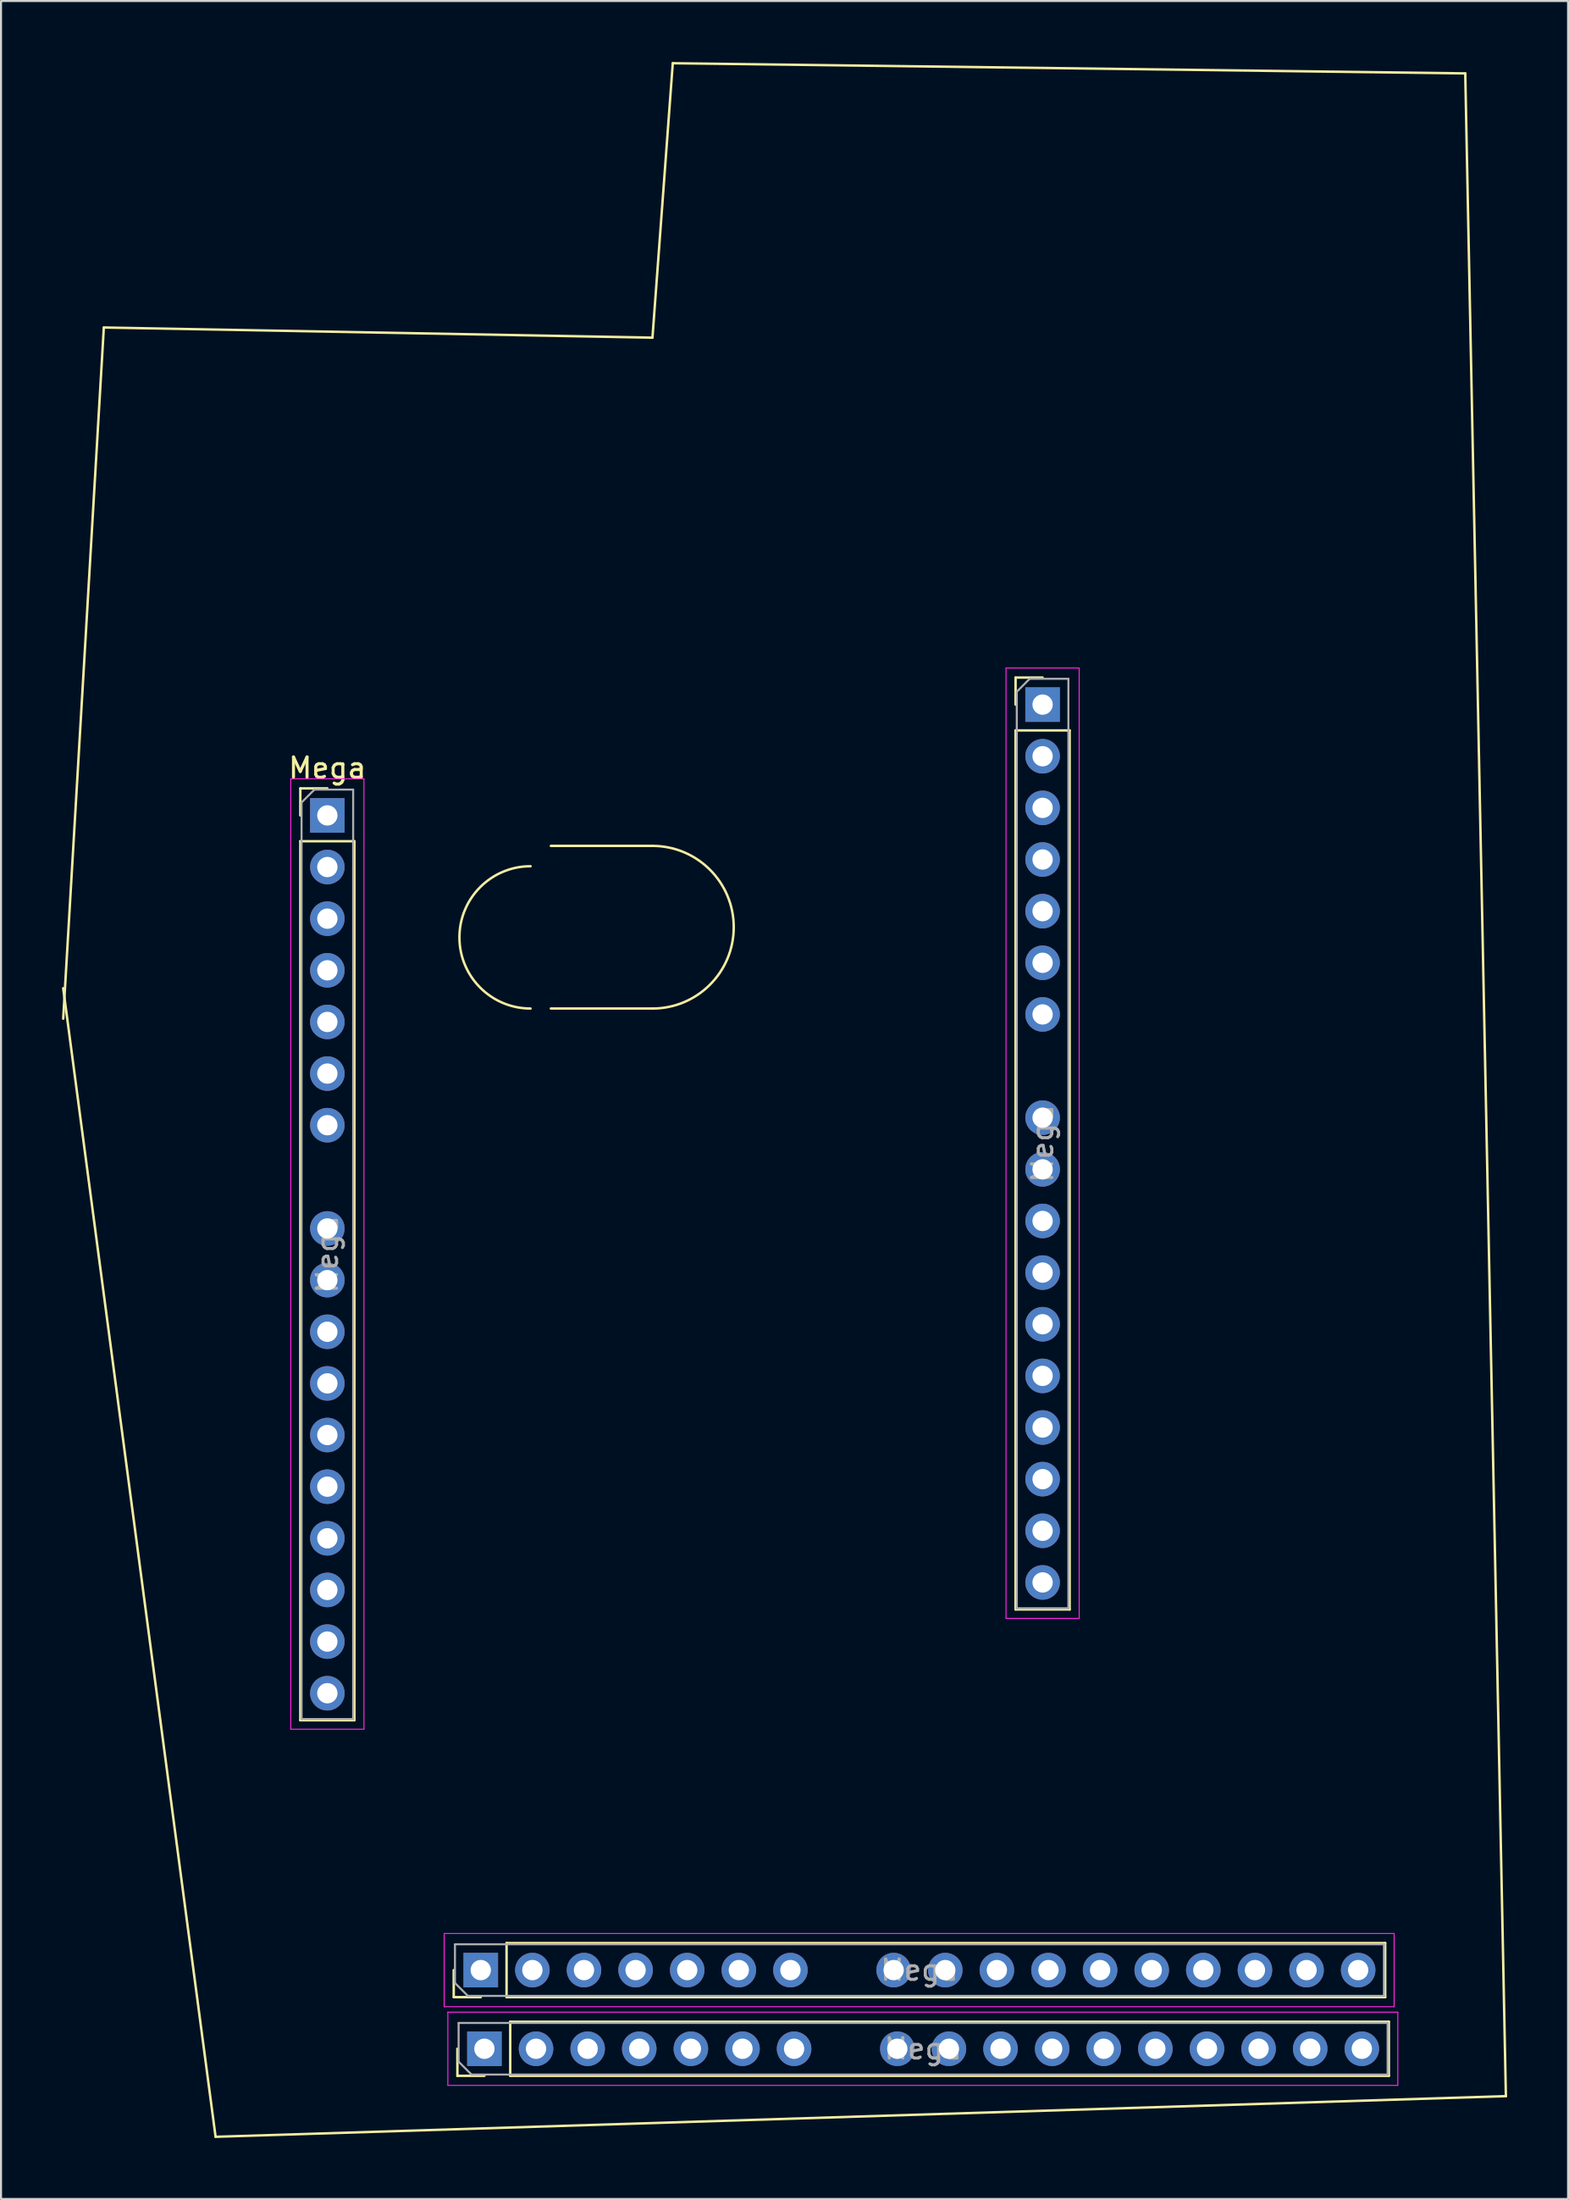
<source format=kicad_pcb>
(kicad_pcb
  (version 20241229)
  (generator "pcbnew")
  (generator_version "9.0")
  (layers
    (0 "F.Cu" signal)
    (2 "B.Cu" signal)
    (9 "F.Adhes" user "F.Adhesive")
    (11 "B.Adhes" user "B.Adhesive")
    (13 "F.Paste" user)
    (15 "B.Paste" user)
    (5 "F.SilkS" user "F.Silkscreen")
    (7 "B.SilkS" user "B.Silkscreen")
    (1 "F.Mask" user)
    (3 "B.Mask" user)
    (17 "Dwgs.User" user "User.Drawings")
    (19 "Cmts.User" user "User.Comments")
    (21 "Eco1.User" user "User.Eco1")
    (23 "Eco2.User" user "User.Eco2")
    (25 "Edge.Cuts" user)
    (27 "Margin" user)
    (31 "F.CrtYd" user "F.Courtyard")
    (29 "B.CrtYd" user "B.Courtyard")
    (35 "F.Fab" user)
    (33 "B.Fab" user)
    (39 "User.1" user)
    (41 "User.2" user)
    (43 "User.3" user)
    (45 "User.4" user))
  (footprint "Mega"
    (layer "F.Cu")
    (at 13.06 37.06)
    (property "Reference" "Mega" (at 0 -2.33 0) (layer "F.SilkS") (effects (font (size 1 1) (thickness 0.15))))
    (attr through_hole)
    (fp_line (start -13 10) (end -11 -24) (stroke (width 0.12) (type solid)) (layer "F.SilkS"))
    (fp_line (start -11 -24) (end 16 -23.5) (stroke (width 0.12) (type solid)) (layer "F.SilkS"))
    (fp_line (start -5.5 65) (end -13 8.5) (stroke (width 0.12) (type solid)) (layer "F.SilkS"))
    (fp_line (start -1.33 -1.33) (end 0 -1.33) (stroke (width 0.12) (type solid)) (layer "F.SilkS"))
    (fp_line (start -1.33 0) (end -1.33 -1.33) (stroke (width 0.12) (type solid)) (layer "F.SilkS"))
    (fp_line (start -1.33 1.27) (end -1.33 44.51) (stroke (width 0.12) (type solid)) (layer "F.SilkS"))
    (fp_line (start -1.33 1.27) (end 1.33 1.27) (stroke (width 0.12) (type solid)) (layer "F.SilkS"))
    (fp_line (start -1.33 44.51) (end 1.33 44.51) (stroke (width 0.12) (type solid)) (layer "F.SilkS"))
    (fp_line (start 1.33 1.27) (end 1.33 44.51) (stroke (width 0.12) (type solid)) (layer "F.SilkS"))
    (fp_line (start 6.22 58.13) (end 6.22 56.8) (stroke (width 0.12) (type solid)) (layer "F.SilkS"))
    (fp_line (start 6.4 62) (end 6.4 60.67) (stroke (width 0.12) (type solid)) (layer "F.SilkS"))
    (fp_line (start 7.55 58.13) (end 6.22 58.13) (stroke (width 0.12) (type solid)) (layer "F.SilkS"))
    (fp_line (start 7.73 62) (end 6.4 62) (stroke (width 0.12) (type solid)) (layer "F.SilkS"))
    (fp_line (start 8.82 55.47) (end 52.06 55.47) (stroke (width 0.12) (type solid)) (layer "F.SilkS"))
    (fp_line (start 8.82 58.13) (end 8.82 55.47) (stroke (width 0.12) (type solid)) (layer "F.SilkS"))
    (fp_line (start 8.82 58.13) (end 52.06 58.13) (stroke (width 0.12) (type solid)) (layer "F.SilkS"))
    (fp_line (start 9 59.34) (end 52.24 59.34) (stroke (width 0.12) (type solid)) (layer "F.SilkS"))
    (fp_line (start 9 62) (end 9 59.34) (stroke (width 0.12) (type solid)) (layer "F.SilkS"))
    (fp_line (start 9 62) (end 52.24 62) (stroke (width 0.12) (type solid)) (layer "F.SilkS"))
    (fp_line (start 16 -23.5) (end 17 -37) (stroke (width 0.12) (type solid)) (layer "F.SilkS"))
    (fp_line (start 16 1.5) (end 11 1.5) (stroke (width 0.12) (type solid)) (layer "F.SilkS"))
    (fp_line (start 16 9.5) (end 11 9.5) (stroke (width 0.12) (type solid)) (layer "F.SilkS"))
    (fp_line (start 17 -37) (end 56 -36.5) (stroke (width 0.12) (type solid)) (layer "F.SilkS"))
    (fp_line (start 33.87 -6.78) (end 35.2 -6.78) (stroke (width 0.12) (type solid)) (layer "F.SilkS"))
    (fp_line (start 33.87 -5.45) (end 33.87 -6.78) (stroke (width 0.12) (type solid)) (layer "F.SilkS"))
    (fp_line (start 33.87 -4.18) (end 33.87 39.06) (stroke (width 0.12) (type solid)) (layer "F.SilkS"))
    (fp_line (start 33.87 -4.18) (end 36.53 -4.18) (stroke (width 0.12) (type solid)) (layer "F.SilkS"))
    (fp_line (start 33.87 39.06) (end 36.53 39.06) (stroke (width 0.12) (type solid)) (layer "F.SilkS"))
    (fp_line (start 36.53 -4.18) (end 36.53 39.06) (stroke (width 0.12) (type solid)) (layer "F.SilkS"))
    (fp_line (start 52.06 58.13) (end 52.06 55.47) (stroke (width 0.12) (type solid)) (layer "F.SilkS"))
    (fp_line (start 52.24 62) (end 52.24 59.34) (stroke (width 0.12) (type solid)) (layer "F.SilkS"))
    (fp_line (start 56 -36.5) (end 58 63) (stroke (width 0.12) (type solid)) (layer "F.SilkS"))
    (fp_line (start 58 63) (end -5.5 65) (stroke (width 0.12) (type solid)) (layer "F.SilkS"))
    (fp_arc (start 10 9.5) (mid 6.5 6) (end 10 2.5) (stroke (width 0.12) (type solid)) (layer "F.SilkS"))
    (fp_arc (start 16 1.5) (mid 20 5.5) (end 16 9.5) (stroke (width 0.12) (type solid)) (layer "F.SilkS"))
    (fp_line (start -1.8 -1.8) (end -1.8 44.95) (stroke (width 0.05) (type solid)) (layer "F.CrtYd"))
    (fp_line (start -1.8 44.95) (end 1.8 44.95) (stroke (width 0.05) (type solid)) (layer "F.CrtYd"))
    (fp_line (start 1.8 -1.8) (end -1.8 -1.8) (stroke (width 0.05) (type solid)) (layer "F.CrtYd"))
    (fp_line (start 1.8 44.95) (end 1.8 -1.8) (stroke (width 0.05) (type solid)) (layer "F.CrtYd"))
    (fp_line (start 5.75 55) (end 5.75 58.6) (stroke (width 0.05) (type solid)) (layer "F.CrtYd"))
    (fp_line (start 5.75 58.6) (end 52.5 58.6) (stroke (width 0.05) (type solid)) (layer "F.CrtYd"))
    (fp_line (start 5.93 58.87) (end 5.93 62.47) (stroke (width 0.05) (type solid)) (layer "F.CrtYd"))
    (fp_line (start 5.93 62.47) (end 52.68 62.47) (stroke (width 0.05) (type solid)) (layer "F.CrtYd"))
    (fp_line (start 33.4 -7.25) (end 33.4 39.5) (stroke (width 0.05) (type solid)) (layer "F.CrtYd"))
    (fp_line (start 33.4 39.5) (end 37 39.5) (stroke (width 0.05) (type solid)) (layer "F.CrtYd"))
    (fp_line (start 37 -7.25) (end 33.4 -7.25) (stroke (width 0.05) (type solid)) (layer "F.CrtYd"))
    (fp_line (start 37 39.5) (end 37 -7.25) (stroke (width 0.05) (type solid)) (layer "F.CrtYd"))
    (fp_line (start 52.5 55) (end 5.75 55) (stroke (width 0.05) (type solid)) (layer "F.CrtYd"))
    (fp_line (start 52.5 58.6) (end 52.5 55) (stroke (width 0.05) (type solid)) (layer "F.CrtYd"))
    (fp_line (start 52.68 58.87) (end 5.93 58.87) (stroke (width 0.05) (type solid)) (layer "F.CrtYd"))
    (fp_line (start 52.68 62.47) (end 52.68 58.87) (stroke (width 0.05) (type solid)) (layer "F.CrtYd"))
    (fp_line (start -1.27 -0.635) (end -0.635 -1.27) (stroke (width 0.1) (type solid)) (layer "F.Fab"))
    (fp_line (start -1.27 44.45) (end -1.27 -0.635) (stroke (width 0.1) (type solid)) (layer "F.Fab"))
    (fp_line (start -0.635 -1.27) (end 1.27 -1.27) (stroke (width 0.1) (type solid)) (layer "F.Fab"))
    (fp_line (start 1.27 -1.27) (end 1.27 44.45) (stroke (width 0.1) (type solid)) (layer "F.Fab"))
    (fp_line (start 1.27 44.45) (end -1.27 44.45) (stroke (width 0.1) (type solid)) (layer "F.Fab"))
    (fp_line (start 6.28 55.53) (end 52 55.53) (stroke (width 0.1) (type solid)) (layer "F.Fab"))
    (fp_line (start 6.28 57.435) (end 6.28 55.53) (stroke (width 0.1) (type solid)) (layer "F.Fab"))
    (fp_line (start 6.46 59.4) (end 52.18 59.4) (stroke (width 0.1) (type solid)) (layer "F.Fab"))
    (fp_line (start 6.46 61.305) (end 6.46 59.4) (stroke (width 0.1) (type solid)) (layer "F.Fab"))
    (fp_line (start 6.915 58.07) (end 6.28 57.435) (stroke (width 0.1) (type solid)) (layer "F.Fab"))
    (fp_line (start 7.095 61.94) (end 6.46 61.305) (stroke (width 0.1) (type solid)) (layer "F.Fab"))
    (fp_line (start 33.93 -6.085) (end 34.565 -6.72) (stroke (width 0.1) (type solid)) (layer "F.Fab"))
    (fp_line (start 33.93 39) (end 33.93 -6.085) (stroke (width 0.1) (type solid)) (layer "F.Fab"))
    (fp_line (start 34.565 -6.72) (end 36.47 -6.72) (stroke (width 0.1) (type solid)) (layer "F.Fab"))
    (fp_line (start 36.47 -6.72) (end 36.47 39) (stroke (width 0.1) (type solid)) (layer "F.Fab"))
    (fp_line (start 36.47 39) (end 33.93 39) (stroke (width 0.1) (type solid)) (layer "F.Fab"))
    (fp_line (start 52 55.53) (end 52 58.07) (stroke (width 0.1) (type solid)) (layer "F.Fab"))
    (fp_line (start 52 58.07) (end 6.915 58.07) (stroke (width 0.1) (type solid)) (layer "F.Fab"))
    (fp_line (start 52.18 59.4) (end 52.18 61.94) (stroke (width 0.1) (type solid)) (layer "F.Fab"))
    (fp_line (start 52.18 61.94) (end 7.095 61.94) (stroke (width 0.1) (type solid)) (layer "F.Fab"))
    (fp_text user "${REFERENCE}" (at 0 21.59 90) (layer "F.Fab") (effects (font (size 1 1) (thickness 0.15))))
    (fp_text user "${REFERENCE}" (at 29.32 60.67 180) (layer "F.Fab") (effects (font (size 1 1) (thickness 0.15))))
    (fp_text user "${REFERENCE}" (at 29.14 56.8 180) (layer "F.Fab") (effects (font (size 1 1) (thickness 0.15))))
    (fp_text user "${REFERENCE}" (at 35.2 16.14 90) (layer "F.Fab") (effects (font (size 1 1) (thickness 0.15))))
    (pad "1" thru_hole rect (at 0 0) (size 1.7 1.7) (drill 1) (layers "*.Cu" "*.Mask"))
    (pad "1" thru_hole rect (at 7.55 56.8 90) (size 1.7 1.7) (drill 1) (layers "*.Cu" "*.Mask"))
    (pad "1" thru_hole rect (at 7.73 60.67 90) (size 1.7 1.7) (drill 1) (layers "*.Cu" "*.Mask"))
    (pad "1" thru_hole rect (at 35.2 -5.45) (size 1.7 1.7) (drill 1) (layers "*.Cu" "*.Mask"))
    (pad "2" thru_hole oval (at 0 2.54) (size 1.7 1.7) (drill 1) (layers "*.Cu" "*.Mask"))
    (pad "2" thru_hole oval (at 10.09 56.8 90) (size 1.7 1.7) (drill 1) (layers "*.Cu" "*.Mask"))
    (pad "2" thru_hole oval (at 10.27 60.67 90) (size 1.7 1.7) (drill 1) (layers "*.Cu" "*.Mask"))
    (pad "2" thru_hole oval (at 35.2 -2.91) (size 1.7 1.7) (drill 1) (layers "*.Cu" "*.Mask"))
    (pad "3" thru_hole oval (at 0 5.08) (size 1.7 1.7) (drill 1) (layers "*.Cu" "*.Mask"))
    (pad "3" thru_hole oval (at 12.63 56.8 90) (size 1.7 1.7) (drill 1) (layers "*.Cu" "*.Mask"))
    (pad "3" thru_hole oval (at 12.81 60.67 90) (size 1.7 1.7) (drill 1) (layers "*.Cu" "*.Mask"))
    (pad "3" thru_hole oval (at 35.2 -0.37) (size 1.7 1.7) (drill 1) (layers "*.Cu" "*.Mask"))
    (pad "4" thru_hole oval (at 0 7.62) (size 1.7 1.7) (drill 1) (layers "*.Cu" "*.Mask"))
    (pad "4" thru_hole oval (at 15.17 56.8 90) (size 1.7 1.7) (drill 1) (layers "*.Cu" "*.Mask"))
    (pad "4" thru_hole oval (at 15.35 60.67 90) (size 1.7 1.7) (drill 1) (layers "*.Cu" "*.Mask"))
    (pad "4" thru_hole oval (at 35.2 2.17) (size 1.7 1.7) (drill 1) (layers "*.Cu" "*.Mask"))
    (pad "5" thru_hole oval (at 0 10.16) (size 1.7 1.7) (drill 1) (layers "*.Cu" "*.Mask"))
    (pad "5" thru_hole oval (at 17.71 56.8 90) (size 1.7 1.7) (drill 1) (layers "*.Cu" "*.Mask"))
    (pad "5" thru_hole oval (at 17.89 60.67 90) (size 1.7 1.7) (drill 1) (layers "*.Cu" "*.Mask"))
    (pad "5" thru_hole oval (at 35.2 4.71) (size 1.7 1.7) (drill 1) (layers "*.Cu" "*.Mask"))
    (pad "6" thru_hole oval (at 0 12.7) (size 1.7 1.7) (drill 1) (layers "*.Cu" "*.Mask"))
    (pad "6" thru_hole oval (at 20.25 56.8 90) (size 1.7 1.7) (drill 1) (layers "*.Cu" "*.Mask"))
    (pad "6" thru_hole oval (at 20.43 60.67 90) (size 1.7 1.7) (drill 1) (layers "*.Cu" "*.Mask"))
    (pad "6" thru_hole oval (at 35.2 7.25) (size 1.7 1.7) (drill 1) (layers "*.Cu" "*.Mask"))
    (pad "7" thru_hole oval (at 0 15.24) (size 1.7 1.7) (drill 1) (layers "*.Cu" "*.Mask"))
    (pad "7" thru_hole oval (at 22.79 56.8 90) (size 1.7 1.7) (drill 1) (layers "*.Cu" "*.Mask"))
    (pad "7" thru_hole oval (at 22.97 60.67 90) (size 1.7 1.7) (drill 1) (layers "*.Cu" "*.Mask"))
    (pad "7" thru_hole oval (at 35.2 9.79) (size 1.7 1.7) (drill 1) (layers "*.Cu" "*.Mask"))
    (pad "9" thru_hole oval (at 0 20.32) (size 1.7 1.7) (drill 1) (layers "*.Cu" "*.Mask"))
    (pad "9" thru_hole oval (at 27.87 56.8 90) (size 1.7 1.7) (drill 1) (layers "*.Cu" "*.Mask"))
    (pad "9" thru_hole oval (at 28.05 60.67 90) (size 1.7 1.7) (drill 1) (layers "*.Cu" "*.Mask"))
    (pad "9" thru_hole oval (at 35.2 14.87) (size 1.7 1.7) (drill 1) (layers "*.Cu" "*.Mask"))
    (pad "10" thru_hole oval (at 0 22.86) (size 1.7 1.7) (drill 1) (layers "*.Cu" "*.Mask"))
    (pad "10" thru_hole oval (at 30.41 56.8 90) (size 1.7 1.7) (drill 1) (layers "*.Cu" "*.Mask"))
    (pad "10" thru_hole oval (at 30.59 60.67 90) (size 1.7 1.7) (drill 1) (layers "*.Cu" "*.Mask"))
    (pad "10" thru_hole oval (at 35.2 17.41) (size 1.7 1.7) (drill 1) (layers "*.Cu" "*.Mask"))
    (pad "11" thru_hole oval (at 0 25.4) (size 1.7 1.7) (drill 1) (layers "*.Cu" "*.Mask"))
    (pad "11" thru_hole oval (at 32.95 56.8 90) (size 1.7 1.7) (drill 1) (layers "*.Cu" "*.Mask"))
    (pad "11" thru_hole oval (at 33.13 60.67 90) (size 1.7 1.7) (drill 1) (layers "*.Cu" "*.Mask"))
    (pad "11" thru_hole oval (at 35.2 19.95) (size 1.7 1.7) (drill 1) (layers "*.Cu" "*.Mask"))
    (pad "12" thru_hole oval (at 0 27.94) (size 1.7 1.7) (drill 1) (layers "*.Cu" "*.Mask"))
    (pad "12" thru_hole oval (at 35.2 22.49) (size 1.7 1.7) (drill 1) (layers "*.Cu" "*.Mask"))
    (pad "12" thru_hole oval (at 35.49 56.8 90) (size 1.7 1.7) (drill 1) (layers "*.Cu" "*.Mask"))
    (pad "12" thru_hole oval (at 35.67 60.67 90) (size 1.7 1.7) (drill 1) (layers "*.Cu" "*.Mask"))
    (pad "13" thru_hole oval (at 0 30.48) (size 1.7 1.7) (drill 1) (layers "*.Cu" "*.Mask"))
    (pad "13" thru_hole oval (at 35.2 25.03) (size 1.7 1.7) (drill 1) (layers "*.Cu" "*.Mask"))
    (pad "13" thru_hole oval (at 38.03 56.8 90) (size 1.7 1.7) (drill 1) (layers "*.Cu" "*.Mask"))
    (pad "13" thru_hole oval (at 38.21 60.67 90) (size 1.7 1.7) (drill 1) (layers "*.Cu" "*.Mask"))
    (pad "14" thru_hole oval (at 0 33.02) (size 1.7 1.7) (drill 1) (layers "*.Cu" "*.Mask"))
    (pad "14" thru_hole oval (at 35.2 27.57) (size 1.7 1.7) (drill 1) (layers "*.Cu" "*.Mask"))
    (pad "14" thru_hole oval (at 40.57 56.8 90) (size 1.7 1.7) (drill 1) (layers "*.Cu" "*.Mask"))
    (pad "14" thru_hole oval (at 40.75 60.67 90) (size 1.7 1.7) (drill 1) (layers "*.Cu" "*.Mask"))
    (pad "15" thru_hole oval (at 0 35.56) (size 1.7 1.7) (drill 1) (layers "*.Cu" "*.Mask"))
    (pad "15" thru_hole oval (at 35.2 30.11) (size 1.7 1.7) (drill 1) (layers "*.Cu" "*.Mask"))
    (pad "15" thru_hole oval (at 43.11 56.8 90) (size 1.7 1.7) (drill 1) (layers "*.Cu" "*.Mask"))
    (pad "15" thru_hole oval (at 43.29 60.67 90) (size 1.7 1.7) (drill 1) (layers "*.Cu" "*.Mask"))
    (pad "16" thru_hole oval (at 0 38.1) (size 1.7 1.7) (drill 1) (layers "*.Cu" "*.Mask"))
    (pad "16" thru_hole oval (at 35.2 32.65) (size 1.7 1.7) (drill 1) (layers "*.Cu" "*.Mask"))
    (pad "16" thru_hole oval (at 45.65 56.8 90) (size 1.7 1.7) (drill 1) (layers "*.Cu" "*.Mask"))
    (pad "16" thru_hole oval (at 45.83 60.67 90) (size 1.7 1.7) (drill 1) (layers "*.Cu" "*.Mask"))
    (pad "17" thru_hole oval (at 0 40.64) (size 1.7 1.7) (drill 1) (layers "*.Cu" "*.Mask"))
    (pad "17" thru_hole oval (at 35.2 35.19) (size 1.7 1.7) (drill 1) (layers "*.Cu" "*.Mask"))
    (pad "17" thru_hole oval (at 48.19 56.8 90) (size 1.7 1.7) (drill 1) (layers "*.Cu" "*.Mask"))
    (pad "17" thru_hole oval (at 48.37 60.67 90) (size 1.7 1.7) (drill 1) (layers "*.Cu" "*.Mask"))
    (pad "18" thru_hole oval (at 0 43.18) (size 1.7 1.7) (drill 1) (layers "*.Cu" "*.Mask"))
    (pad "18" thru_hole oval (at 35.2 37.73) (size 1.7 1.7) (drill 1) (layers "*.Cu" "*.Mask"))
    (pad "18" thru_hole oval (at 50.73 56.8 90) (size 1.7 1.7) (drill 1) (layers "*.Cu" "*.Mask"))
    (pad "18" thru_hole oval (at 50.91 60.67 90) (size 1.7 1.7) (drill 1) (layers "*.Cu" "*.Mask")))
  (gr_rect
    (start -3 -3)
    (end 74.12 105.12)
    (stroke (width 0.1) (type default))
    (fill no)
    (layer "Edge.Cuts")))
</source>
